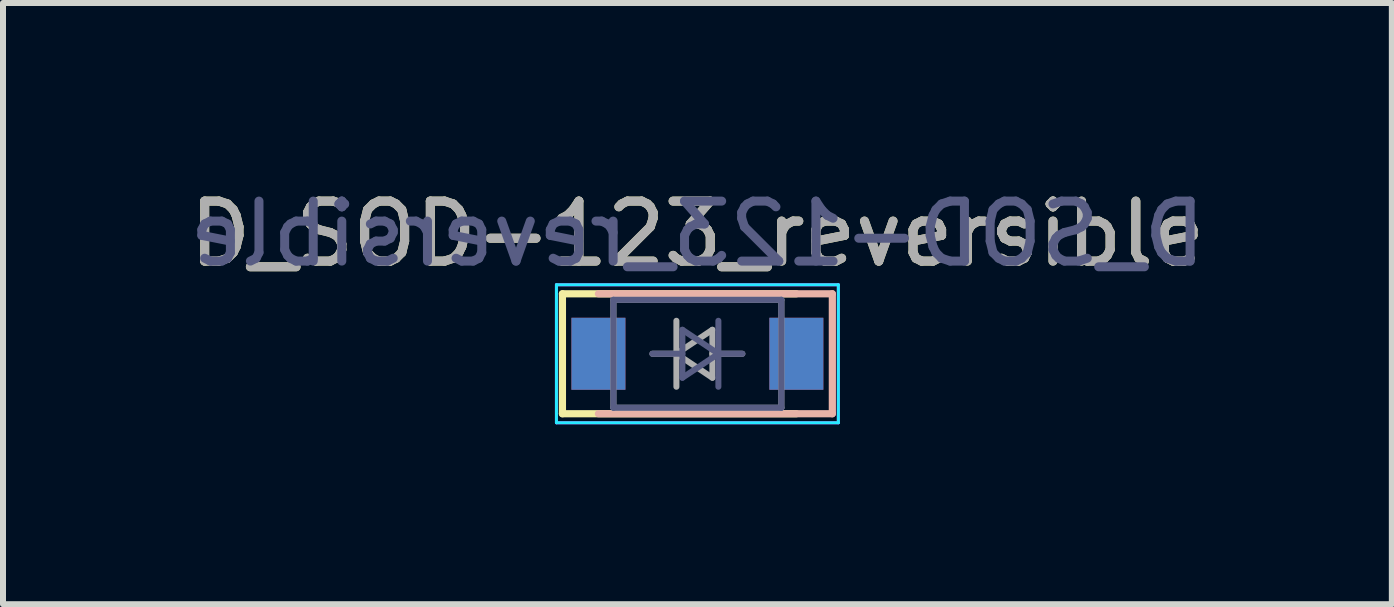
<source format=kicad_pcb>
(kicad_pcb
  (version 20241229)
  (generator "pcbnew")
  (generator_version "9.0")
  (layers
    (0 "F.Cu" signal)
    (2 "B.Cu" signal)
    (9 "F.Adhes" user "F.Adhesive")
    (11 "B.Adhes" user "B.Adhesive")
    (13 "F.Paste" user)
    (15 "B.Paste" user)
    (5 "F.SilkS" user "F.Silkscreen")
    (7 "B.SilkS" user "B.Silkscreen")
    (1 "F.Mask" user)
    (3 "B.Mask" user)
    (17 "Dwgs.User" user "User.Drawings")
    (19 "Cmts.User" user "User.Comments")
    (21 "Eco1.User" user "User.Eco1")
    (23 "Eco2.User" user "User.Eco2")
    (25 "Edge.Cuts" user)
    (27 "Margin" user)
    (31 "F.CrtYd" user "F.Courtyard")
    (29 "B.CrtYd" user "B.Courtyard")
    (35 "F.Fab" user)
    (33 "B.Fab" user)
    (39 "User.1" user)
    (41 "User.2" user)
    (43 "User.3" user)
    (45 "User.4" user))
  (footprint "D_SOD-123_reversible"
    (layer "F.Cu")
    (at 8.577 2.848)
    (property "Reference" "D_SOD-123_reversible" (at 0 -2 0) (layer "F.SilkS") (effects (font (size 1 1) (thickness 0.15))))
    (attr smd)
    (fp_line (start -2.25 -1) (end -2.25 1) (stroke (width 0.12) (type solid)) (layer "F.SilkS"))
    (fp_line (start -2.25 -1) (end 1.65 -1) (stroke (width 0.12) (type solid)) (layer "F.SilkS"))
    (fp_line (start -2.25 1) (end 1.65 1) (stroke (width 0.12) (type solid)) (layer "F.SilkS"))
    (fp_line (start 2.25 -1) (end -1.65 -1) (stroke (width 0.12) (type solid)) (layer "B.SilkS"))
    (fp_line (start 2.25 -1) (end 2.25 1) (stroke (width 0.12) (type solid)) (layer "B.SilkS"))
    (fp_line (start 2.25 1) (end -1.65 1) (stroke (width 0.12) (type solid)) (layer "B.SilkS"))
    (fp_line (start -2.35 -1.15) (end -2.35 1.15) (stroke (width 0.05) (type solid)) (layer "B.CrtYd"))
    (fp_line (start -2.35 1.15) (end 2.35 1.15) (stroke (width 0.05) (type solid)) (layer "B.CrtYd"))
    (fp_line (start 2.35 -1.15) (end -2.35 -1.15) (stroke (width 0.05) (type solid)) (layer "B.CrtYd"))
    (fp_line (start 2.35 -1.15) (end 2.35 1.15) (stroke (width 0.05) (type solid)) (layer "B.CrtYd"))
    (fp_line (start -2.35 -1.15) (end -2.35 1.15) (stroke (width 0.05) (type solid)) (layer "F.CrtYd"))
    (fp_line (start -2.35 -1.15) (end 2.35 -1.15) (stroke (width 0.05) (type solid)) (layer "F.CrtYd"))
    (fp_line (start 2.35 -1.15) (end 2.35 1.15) (stroke (width 0.05) (type solid)) (layer "F.CrtYd"))
    (fp_line (start 2.35 1.15) (end -2.35 1.15) (stroke (width 0.05) (type solid)) (layer "F.CrtYd"))
    (fp_line (start -1.4 -0.9) (end -1.4 0.9) (stroke (width 0.1) (type solid)) (layer "B.Fab"))
    (fp_line (start -1.4 0.9) (end 1.4 0.9) (stroke (width 0.1) (type solid)) (layer "B.Fab"))
    (fp_line (start -0.25 -0.4) (end -0.25 0.4) (stroke (width 0.1) (type solid)) (layer "B.Fab"))
    (fp_line (start -0.25 0) (end -0.75 0) (stroke (width 0.1) (type solid)) (layer "B.Fab"))
    (fp_line (start -0.25 0.4) (end 0.35 0) (stroke (width 0.1) (type solid)) (layer "B.Fab"))
    (fp_line (start 0.35 0) (end -0.25 -0.4) (stroke (width 0.1) (type solid)) (layer "B.Fab"))
    (fp_line (start 0.35 0) (end 0.35 -0.55) (stroke (width 0.1) (type solid)) (layer "B.Fab"))
    (fp_line (start 0.35 0) (end 0.35 0.55) (stroke (width 0.1) (type solid)) (layer "B.Fab"))
    (fp_line (start 0.75 0) (end 0.35 0) (stroke (width 0.1) (type solid)) (layer "B.Fab"))
    (fp_line (start 1.4 -0.9) (end -1.4 -0.9) (stroke (width 0.1) (type solid)) (layer "B.Fab"))
    (fp_line (start 1.4 0.9) (end 1.4 -0.9) (stroke (width 0.1) (type solid)) (layer "B.Fab"))
    (fp_line (start -1.4 -0.9) (end 1.4 -0.9) (stroke (width 0.1) (type solid)) (layer "F.Fab"))
    (fp_line (start -1.4 0.9) (end -1.4 -0.9) (stroke (width 0.1) (type solid)) (layer "F.Fab"))
    (fp_line (start -0.75 0) (end -0.35 0) (stroke (width 0.1) (type solid)) (layer "F.Fab"))
    (fp_line (start -0.35 0) (end -0.35 -0.55) (stroke (width 0.1) (type solid)) (layer "F.Fab"))
    (fp_line (start -0.35 0) (end -0.35 0.55) (stroke (width 0.1) (type solid)) (layer "F.Fab"))
    (fp_line (start -0.35 0) (end 0.25 -0.4) (stroke (width 0.1) (type solid)) (layer "F.Fab"))
    (fp_line (start 0.25 -0.4) (end 0.25 0.4) (stroke (width 0.1) (type solid)) (layer "F.Fab"))
    (fp_line (start 0.25 0) (end 0.75 0) (stroke (width 0.1) (type solid)) (layer "F.Fab"))
    (fp_line (start 0.25 0.4) (end -0.35 0) (stroke (width 0.1) (type solid)) (layer "F.Fab"))
    (fp_line (start 1.4 -0.9) (end 1.4 0.9) (stroke (width 0.1) (type solid)) (layer "F.Fab"))
    (fp_line (start 1.4 0.9) (end -1.4 0.9) (stroke (width 0.1) (type solid)) (layer "F.Fab"))
    (fp_text user "${REFERENCE}" (at 0 -2 0) (layer "B.Fab") (effects (font (size 1 1) (thickness 0.15)) (justify mirror)))
    (fp_text user "${REFERENCE}" (at 0 -2 0) (layer "F.Fab") (effects (font (size 1 1) (thickness 0.15))))
    (pad "1" smd rect (at -1.65 0) (size 0.9 1.2) (layers "F.Cu" "F.Mask" "F.Paste"))
    (pad "1" smd rect (at 1.65 0) (size 0.9 1.2) (layers "B.Cu" "B.Mask" "B.Paste"))
    (pad "2" smd rect (at -1.65 0) (size 0.9 1.2) (layers "B.Cu" "B.Mask" "B.Paste"))
    (pad "2" smd rect (at 1.65 0) (size 0.9 1.2) (layers "F.Cu" "F.Mask" "F.Paste")))
  (gr_rect
    (start -3 -3)
    (end 20.155 7.023)
    (stroke (width 0.1) (type default))
    (fill no)
    (layer "Edge.Cuts")))
</source>
